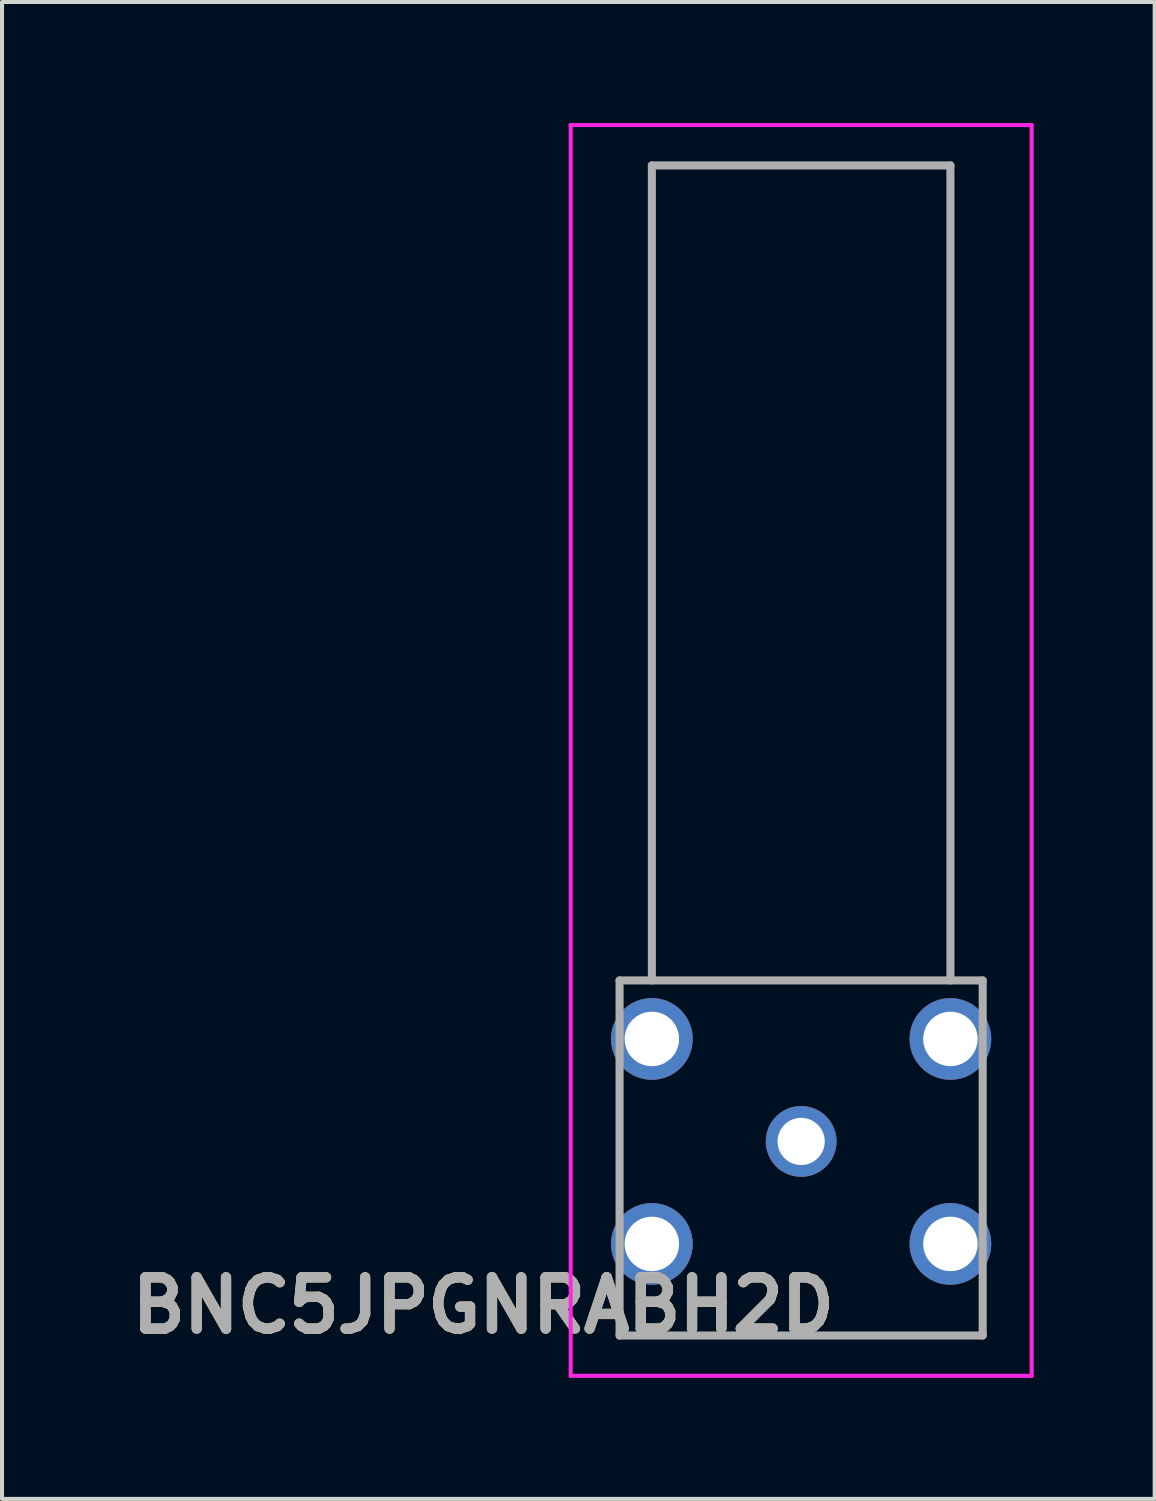
<source format=kicad_pcb>
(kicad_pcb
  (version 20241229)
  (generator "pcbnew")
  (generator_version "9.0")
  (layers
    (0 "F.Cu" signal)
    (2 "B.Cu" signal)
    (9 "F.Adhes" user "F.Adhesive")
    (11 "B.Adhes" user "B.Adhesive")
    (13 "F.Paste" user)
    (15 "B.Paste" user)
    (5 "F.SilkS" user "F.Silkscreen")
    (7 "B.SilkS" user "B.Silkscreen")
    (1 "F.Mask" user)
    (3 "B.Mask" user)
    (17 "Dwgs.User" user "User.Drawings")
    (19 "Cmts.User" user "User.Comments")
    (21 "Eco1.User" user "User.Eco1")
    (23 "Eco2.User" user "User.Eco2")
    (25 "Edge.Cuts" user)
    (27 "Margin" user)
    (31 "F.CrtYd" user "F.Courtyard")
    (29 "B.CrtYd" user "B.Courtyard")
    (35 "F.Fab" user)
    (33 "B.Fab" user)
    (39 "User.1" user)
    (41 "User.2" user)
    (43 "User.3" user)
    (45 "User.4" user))
  (footprint "BNC5JPGNRABH2D"
    (layer "F.Cu")
    (at 16.806 25.24)
    (property "Reference" "BNC5JPGNRABH2D" (at -7.874 4.064 0) (layer "F.SilkS") (effects (font (size 1.27 1.27) (thickness 0.254))))
    (attr through_hole)
    (fp_line (start -4.5 -3.99) (end 4.5 -3.99) (stroke (width 0.1) (type solid)) (layer "F.SilkS"))
    (fp_line (start -4.5 3.81) (end -4.5 4.81) (stroke (width 0.1) (type solid)) (layer "F.SilkS"))
    (fp_line (start -4.5 4.81) (end 4.5 4.81) (stroke (width 0.1) (type solid)) (layer "F.SilkS"))
    (fp_line (start 4.5 4.81) (end 4.5 3.81) (stroke (width 0.1) (type solid)) (layer "F.SilkS"))
    (fp_line (start -5.712 -25.19) (end 5.713 -25.19) (stroke (width 0.1) (type solid)) (layer "F.CrtYd"))
    (fp_line (start -5.712 5.81) (end -5.712 -25.19) (stroke (width 0.1) (type solid)) (layer "F.CrtYd"))
    (fp_line (start 5.713 -25.19) (end 5.713 5.81) (stroke (width 0.1) (type solid)) (layer "F.CrtYd"))
    (fp_line (start 5.713 5.81) (end -5.712 5.81) (stroke (width 0.1) (type solid)) (layer "F.CrtYd"))
    (fp_line (start -4.5 -3.99) (end 4.5 -3.99) (stroke (width 0.2) (type solid)) (layer "F.Fab"))
    (fp_line (start -4.5 4.81) (end -4.5 -3.99) (stroke (width 0.2) (type solid)) (layer "F.Fab"))
    (fp_line (start -3.7 -24.19) (end 3.7 -24.19) (stroke (width 0.2) (type solid)) (layer "F.Fab"))
    (fp_line (start -3.7 -3.99) (end -3.7 -24.19) (stroke (width 0.2) (type solid)) (layer "F.Fab"))
    (fp_line (start 3.7 -24.19) (end 3.7 -3.99) (stroke (width 0.2) (type solid)) (layer "F.Fab"))
    (fp_line (start 4.5 -3.99) (end 4.5 4.81) (stroke (width 0.2) (type solid)) (layer "F.Fab"))
    (fp_line (start 4.5 4.81) (end -4.5 4.81) (stroke (width 0.2) (type solid)) (layer "F.Fab"))
    (fp_text user "${REFERENCE}" (at -7.874 4.064 0) (layer "F.Fab") (effects (font (size 1.27 1.27) (thickness 0.254))))
    (pad "1" thru_hole circle (at 0 0) (size 1.755 1.755) (drill 1.17) (layers "*.Cu" "*.Mask"))
    (pad "2" thru_hole circle (at -3.7 -2.54) (size 2.025 2.025) (drill 1.35) (layers "*.Cu" "*.Mask"))
    (pad "3" thru_hole circle (at -3.7 2.54) (size 2.025 2.025) (drill 1.35) (layers "*.Cu" "*.Mask"))
    (pad "4" thru_hole circle (at 3.7 2.54) (size 2.025 2.025) (drill 1.35) (layers "*.Cu" "*.Mask"))
    (pad "5" thru_hole circle (at 3.7 -2.54) (size 2.025 2.025) (drill 1.35) (layers "*.Cu" "*.Mask")))
  (gr_rect
    (start -3 -3)
    (end 25.569 34.1)
    (stroke (width 0.1) (type default))
    (fill no)
    (layer "Edge.Cuts")))
</source>
